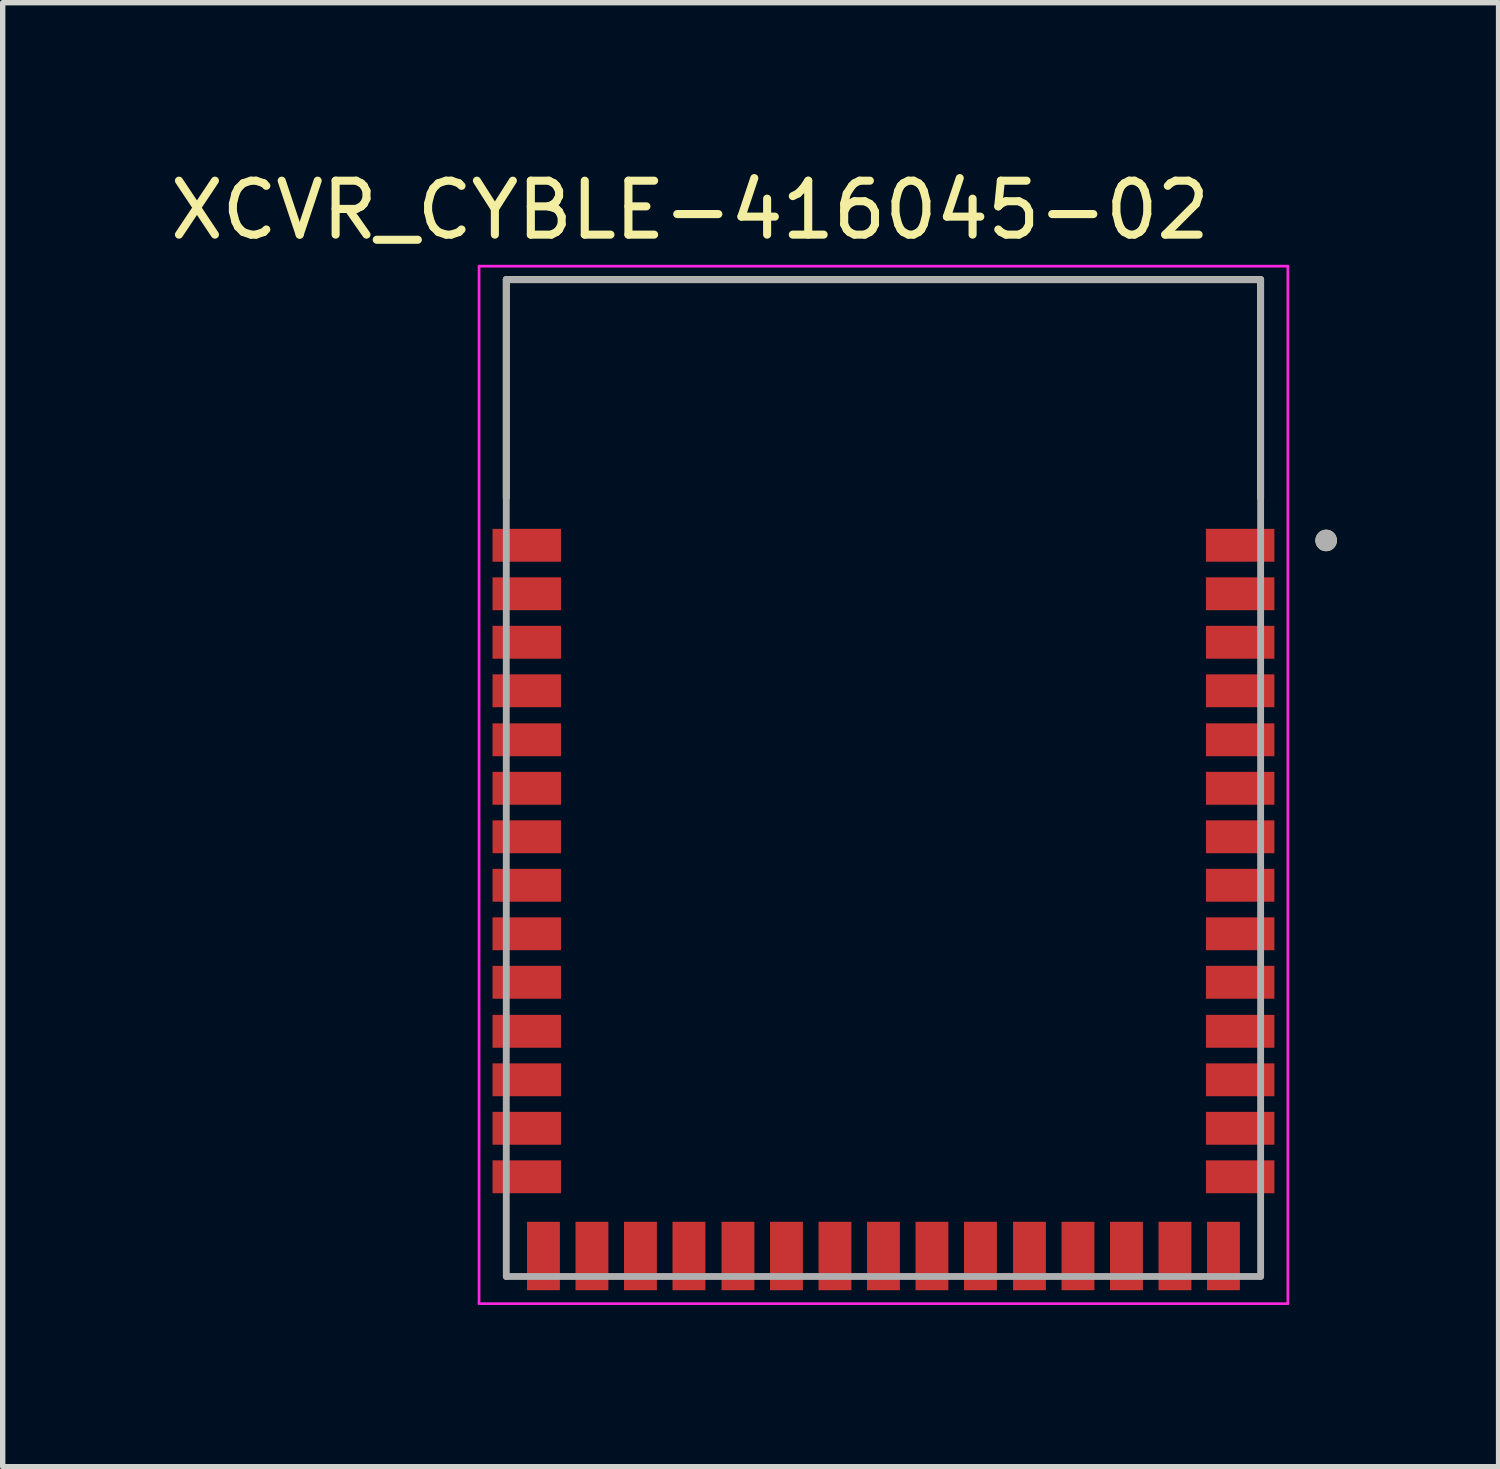
<source format=kicad_pcb>
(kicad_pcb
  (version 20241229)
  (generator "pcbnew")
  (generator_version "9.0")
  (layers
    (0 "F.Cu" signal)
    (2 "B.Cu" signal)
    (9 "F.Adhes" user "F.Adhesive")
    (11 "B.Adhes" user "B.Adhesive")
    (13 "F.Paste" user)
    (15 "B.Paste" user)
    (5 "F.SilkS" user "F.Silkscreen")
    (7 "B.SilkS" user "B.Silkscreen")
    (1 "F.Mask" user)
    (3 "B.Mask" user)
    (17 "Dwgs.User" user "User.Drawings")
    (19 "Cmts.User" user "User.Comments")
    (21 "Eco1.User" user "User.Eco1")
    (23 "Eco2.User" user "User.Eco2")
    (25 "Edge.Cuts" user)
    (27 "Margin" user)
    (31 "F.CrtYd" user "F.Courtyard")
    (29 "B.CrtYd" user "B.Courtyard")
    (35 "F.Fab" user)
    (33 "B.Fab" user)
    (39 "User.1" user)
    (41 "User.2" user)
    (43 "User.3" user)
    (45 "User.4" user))
  (footprint "XCVR_CYBLE-416045-02"
    (layer "F.Cu")
    (at 13.346 11.39)
    (property "Reference" "XCVR_CYBLE-416045-02" (at -3.589 -10.541 0) (layer "F.SilkS") (effects (font (size 1.001 1.001) (thickness 0.15))))
    (attr smd)
    (fp_line (start -7 -9.25) (end -7 -5.2) (stroke (width 0.127) (type solid)) (layer "F.SilkS"))
    (fp_line (start 7 -9.25) (end -7 -9.25) (stroke (width 0.127) (type solid)) (layer "F.SilkS"))
    (fp_line (start 7 -5.2) (end 7 -9.25) (stroke (width 0.127) (type solid)) (layer "F.SilkS"))
    (fp_circle (center 8.216 -4.41) (end 8.316 -4.41) (stroke (width 0.2) (type solid)) (fill no) (layer "F.SilkS"))
    (fp_line (start -7.505 -9.5) (end 7.505 -9.5) (stroke (width 0.05) (type solid)) (layer "F.CrtYd"))
    (fp_line (start -7.505 9.755) (end -7.505 -9.5) (stroke (width 0.05) (type solid)) (layer "F.CrtYd"))
    (fp_line (start 7.505 -9.5) (end 7.505 9.755) (stroke (width 0.05) (type solid)) (layer "F.CrtYd"))
    (fp_line (start 7.505 9.755) (end -7.505 9.755) (stroke (width 0.05) (type solid)) (layer "F.CrtYd"))
    (fp_line (start -7 -9.25) (end -7 9.25) (stroke (width 0.127) (type solid)) (layer "F.Fab"))
    (fp_line (start -7 9.25) (end 7 9.25) (stroke (width 0.127) (type solid)) (layer "F.Fab"))
    (fp_line (start 7 -9.25) (end -7 -9.25) (stroke (width 0.127) (type solid)) (layer "F.Fab"))
    (fp_line (start 7 9.25) (end 7 -9.25) (stroke (width 0.127) (type solid)) (layer "F.Fab"))
    (fp_circle (center 8.215 -4.41) (end 8.315 -4.41) (stroke (width 0.2) (type solid)) (fill no) (layer "F.Fab"))
    (pad "1" smd rect (at 6.62 -4.32) (size 1.27 0.61) (layers "F.Cu" "F.Mask" "F.Paste"))
    (pad "2" smd rect (at 6.62 -3.42) (size 1.27 0.61) (layers "F.Cu" "F.Mask" "F.Paste"))
    (pad "3" smd rect (at 6.62 -2.52) (size 1.27 0.61) (layers "F.Cu" "F.Mask" "F.Paste"))
    (pad "4" smd rect (at 6.62 -1.62) (size 1.27 0.61) (layers "F.Cu" "F.Mask" "F.Paste"))
    (pad "5" smd rect (at 6.62 -0.71) (size 1.27 0.61) (layers "F.Cu" "F.Mask" "F.Paste"))
    (pad "6" smd rect (at 6.62 0.19) (size 1.27 0.61) (layers "F.Cu" "F.Mask" "F.Paste"))
    (pad "7" smd rect (at 6.62 1.09) (size 1.27 0.61) (layers "F.Cu" "F.Mask" "F.Paste"))
    (pad "8" smd rect (at 6.62 1.99) (size 1.27 0.61) (layers "F.Cu" "F.Mask" "F.Paste"))
    (pad "9" smd rect (at 6.62 2.89) (size 1.27 0.61) (layers "F.Cu" "F.Mask" "F.Paste"))
    (pad "10" smd rect (at 6.62 3.79) (size 1.27 0.61) (layers "F.Cu" "F.Mask" "F.Paste"))
    (pad "11" smd rect (at 6.62 4.7) (size 1.27 0.61) (layers "F.Cu" "F.Mask" "F.Paste"))
    (pad "12" smd rect (at 6.62 5.6) (size 1.27 0.61) (layers "F.Cu" "F.Mask" "F.Paste"))
    (pad "13" smd rect (at 6.62 6.5) (size 1.27 0.61) (layers "F.Cu" "F.Mask" "F.Paste"))
    (pad "14" smd rect (at 6.62 7.4) (size 1.27 0.61) (layers "F.Cu" "F.Mask" "F.Paste"))
    (pad "15" smd rect (at 6.31 8.87) (size 0.61 1.27) (layers "F.Cu" "F.Mask" "F.Paste"))
    (pad "16" smd rect (at 5.41 8.87) (size 0.61 1.27) (layers "F.Cu" "F.Mask" "F.Paste"))
    (pad "17" smd rect (at 4.51 8.87) (size 0.61 1.27) (layers "F.Cu" "F.Mask" "F.Paste"))
    (pad "18" smd rect (at 3.61 8.87) (size 0.61 1.27) (layers "F.Cu" "F.Mask" "F.Paste"))
    (pad "19" smd rect (at 2.71 8.87) (size 0.61 1.27) (layers "F.Cu" "F.Mask" "F.Paste"))
    (pad "20" smd rect (at 1.8 8.87) (size 0.61 1.27) (layers "F.Cu" "F.Mask" "F.Paste"))
    (pad "21" smd rect (at 0.9 8.87) (size 0.61 1.27) (layers "F.Cu" "F.Mask" "F.Paste"))
    (pad "22" smd rect (at 0 8.87) (size 0.61 1.27) (layers "F.Cu" "F.Mask" "F.Paste"))
    (pad "23" smd rect (at -0.9 8.87) (size 0.61 1.27) (layers "F.Cu" "F.Mask" "F.Paste"))
    (pad "24" smd rect (at -1.8 8.87) (size 0.61 1.27) (layers "F.Cu" "F.Mask" "F.Paste"))
    (pad "25" smd rect (at -2.7 8.87) (size 0.61 1.27) (layers "F.Cu" "F.Mask" "F.Paste"))
    (pad "26" smd rect (at -3.61 8.87) (size 0.61 1.27) (layers "F.Cu" "F.Mask" "F.Paste"))
    (pad "27" smd rect (at -4.51 8.87) (size 0.61 1.27) (layers "F.Cu" "F.Mask" "F.Paste"))
    (pad "28" smd rect (at -5.41 8.87) (size 0.61 1.27) (layers "F.Cu" "F.Mask" "F.Paste"))
    (pad "29" smd rect (at -6.31 8.87) (size 0.61 1.27) (layers "F.Cu" "F.Mask" "F.Paste"))
    (pad "30" smd rect (at -6.62 7.4) (size 1.27 0.61) (layers "F.Cu" "F.Mask" "F.Paste"))
    (pad "31" smd rect (at -6.62 6.5) (size 1.27 0.61) (layers "F.Cu" "F.Mask" "F.Paste"))
    (pad "32" smd rect (at -6.62 5.6) (size 1.27 0.61) (layers "F.Cu" "F.Mask" "F.Paste"))
    (pad "33" smd rect (at -6.62 4.7) (size 1.27 0.61) (layers "F.Cu" "F.Mask" "F.Paste"))
    (pad "34" smd rect (at -6.62 3.79) (size 1.27 0.61) (layers "F.Cu" "F.Mask" "F.Paste"))
    (pad "35" smd rect (at -6.62 2.89) (size 1.27 0.61) (layers "F.Cu" "F.Mask" "F.Paste"))
    (pad "36" smd rect (at -6.62 1.99) (size 1.27 0.61) (layers "F.Cu" "F.Mask" "F.Paste"))
    (pad "37" smd rect (at -6.62 1.09) (size 1.27 0.61) (layers "F.Cu" "F.Mask" "F.Paste"))
    (pad "38" smd rect (at -6.62 0.19) (size 1.27 0.61) (layers "F.Cu" "F.Mask" "F.Paste"))
    (pad "39" smd rect (at -6.62 -0.71) (size 1.27 0.61) (layers "F.Cu" "F.Mask" "F.Paste"))
    (pad "40" smd rect (at -6.62 -1.62) (size 1.27 0.61) (layers "F.Cu" "F.Mask" "F.Paste"))
    (pad "41" smd rect (at -6.62 -2.52) (size 1.27 0.61) (layers "F.Cu" "F.Mask" "F.Paste"))
    (pad "42" smd rect (at -6.62 -3.42) (size 1.27 0.61) (layers "F.Cu" "F.Mask" "F.Paste"))
    (pad "43" smd rect (at -6.62 -4.32) (size 1.27 0.61) (layers "F.Cu" "F.Mask" "F.Paste"))
    (zone (net_name "") (layer "F.Cu") (hatch full 0.508) (connect_pads) (min_thickness 0.01) (filled_areas_thickness no) (keepout (tracks not_allowed) (vias not_allowed) (pads not_allowed) (copperpour not_allowed) (footprints allowed)) (placement (enabled no)) (fill) (polygon (pts (xy 6.346 2.14) (xy 20.346 2.14) (xy 20.346 6.74) (xy 6.346 6.74))))
    (zone (net_name "") (layers "F.Cu" "B.Cu") (hatch full 0.508) (connect_pads) (min_thickness 0.01) (filled_areas_thickness no) (keepout (tracks allowed) (vias not_allowed) (pads allowed) (copperpour allowed) (footprints allowed)) (placement (enabled no)) (fill) (polygon (pts (xy 6.346 2.14) (xy 20.346 2.14) (xy 20.346 6.74) (xy 6.346 6.74))))
    (zone (net_name "") (layer "B.Cu") (hatch full 0.508) (connect_pads) (min_thickness 0.01) (filled_areas_thickness no) (keepout (tracks not_allowed) (vias not_allowed) (pads not_allowed) (copperpour not_allowed) (footprints allowed)) (placement (enabled no)) (fill) (polygon (pts (xy 6.346 2.14) (xy 20.346 2.14) (xy 20.346 6.74) (xy 6.346 6.74)))))
  (gr_rect
    (start -3 -3)
    (end 24.762 24.17)
    (stroke (width 0.1) (type default))
    (fill no)
    (layer "Edge.Cuts")))
</source>
